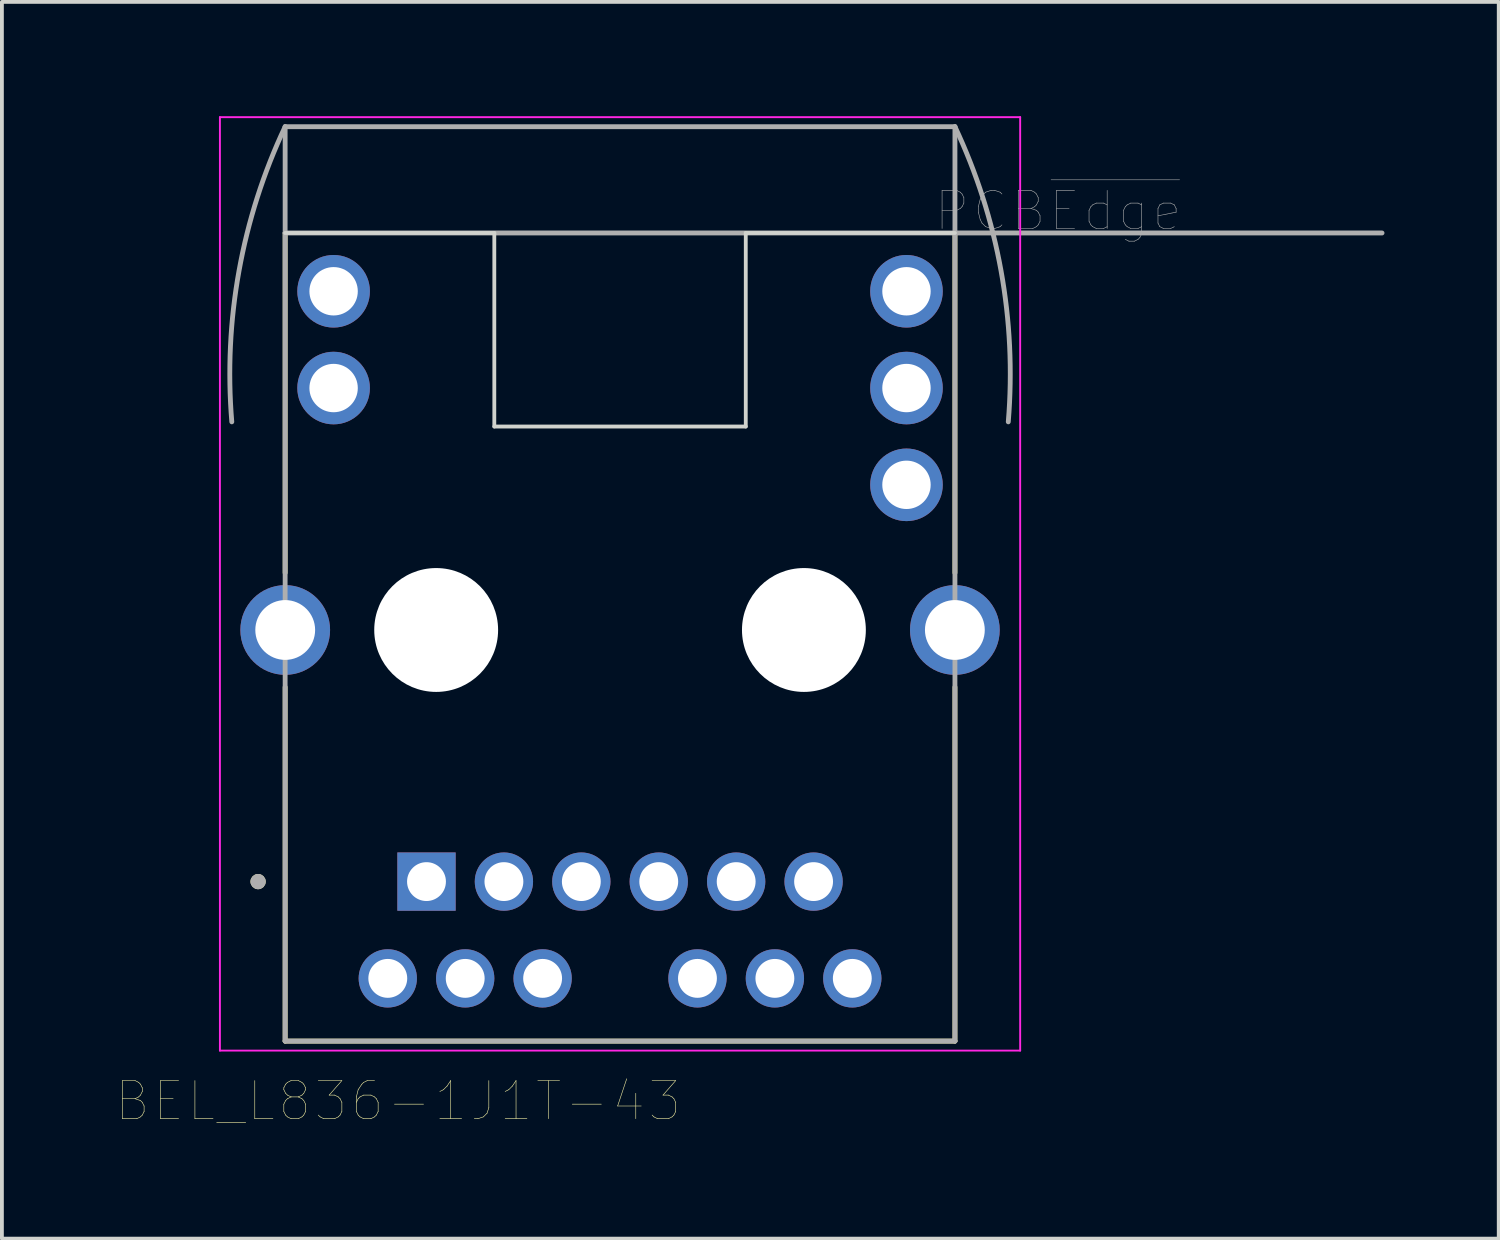
<source format=kicad_pcb>
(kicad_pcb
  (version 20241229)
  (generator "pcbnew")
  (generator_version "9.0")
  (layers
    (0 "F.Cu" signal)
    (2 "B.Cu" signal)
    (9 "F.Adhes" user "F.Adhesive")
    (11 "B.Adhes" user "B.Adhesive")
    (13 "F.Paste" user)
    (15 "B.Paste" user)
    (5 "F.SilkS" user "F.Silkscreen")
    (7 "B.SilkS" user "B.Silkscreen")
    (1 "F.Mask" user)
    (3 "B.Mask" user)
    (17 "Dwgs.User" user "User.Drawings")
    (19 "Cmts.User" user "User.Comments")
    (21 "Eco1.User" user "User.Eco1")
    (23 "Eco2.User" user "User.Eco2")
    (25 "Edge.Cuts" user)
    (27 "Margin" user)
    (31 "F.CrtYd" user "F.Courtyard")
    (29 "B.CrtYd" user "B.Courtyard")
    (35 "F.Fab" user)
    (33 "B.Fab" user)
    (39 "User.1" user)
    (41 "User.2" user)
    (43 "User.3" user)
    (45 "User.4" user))
  (footprint "BEL_L836-1J1T-43"
    (layer "F.Cu")
    (at 13.224 13.485)
    (property "Reference" "BEL_L836-1J1T-43" (at -5.825 12.365 0) (layer "F.SilkS") (effects (font (size 1 1) (thickness 0.015))))
    (attr through_hole)
    (fp_line (start -8.79 -1.5) (end -8.79 -10.42) (stroke (width 0.127) (type solid)) (layer "F.SilkS"))
    (fp_line (start -8.79 10.79) (end -8.79 1.5) (stroke (width 0.127) (type solid)) (layer "F.SilkS"))
    (fp_line (start -8.79 10.79) (end 8.79 10.79) (stroke (width 0.127) (type solid)) (layer "F.SilkS"))
    (fp_line (start 8.79 -1.5) (end 8.79 -10.42) (stroke (width 0.127) (type solid)) (layer "F.SilkS"))
    (fp_line (start 8.79 10.79) (end 8.79 1.5) (stroke (width 0.127) (type solid)) (layer "F.SilkS"))
    (fp_circle (center -9.5 6.604) (end -9.4 6.604) (stroke (width 0.2) (type solid)) (fill no) (layer "F.SilkS"))
    (fp_line (start -8.79 -10.42) (end -3.3 -10.42) (stroke (width 0.1) (type solid)) (layer "Edge.Cuts"))
    (fp_line (start -3.3 -10.42) (end -3.3 -5.34) (stroke (width 0.1) (type solid)) (layer "Edge.Cuts"))
    (fp_line (start -3.3 -5.34) (end 3.3 -5.34) (stroke (width 0.1) (type solid)) (layer "Edge.Cuts"))
    (fp_line (start 3.3 -10.42) (end 8.79 -10.42) (stroke (width 0.1) (type solid)) (layer "Edge.Cuts"))
    (fp_line (start 3.3 -5.34) (end 3.3 -10.42) (stroke (width 0.1) (type solid)) (layer "Edge.Cuts"))
    (fp_line (start -10.502 -13.46) (end 10.502 -13.46) (stroke (width 0.05) (type solid)) (layer "F.CrtYd"))
    (fp_line (start -10.502 11.04) (end -10.502 -13.46) (stroke (width 0.05) (type solid)) (layer "F.CrtYd"))
    (fp_line (start 10.502 -13.46) (end 10.502 11.04) (stroke (width 0.05) (type solid)) (layer "F.CrtYd"))
    (fp_line (start 10.502 11.04) (end -10.502 11.04) (stroke (width 0.05) (type solid)) (layer "F.CrtYd"))
    (fp_line (start -8.79 -13.21) (end -8.79 -10.42) (stroke (width 0.127) (type solid)) (layer "F.Fab"))
    (fp_line (start -8.79 -10.42) (end -8.79 10.79) (stroke (width 0.127) (type solid)) (layer "F.Fab"))
    (fp_line (start -8.79 -10.42) (end 20 -10.42) (stroke (width 0.127) (type solid)) (layer "F.Fab"))
    (fp_line (start -8.79 10.79) (end 8.79 10.79) (stroke (width 0.127) (type solid)) (layer "F.Fab"))
    (fp_line (start 8.79 -13.21) (end -8.79 -13.21) (stroke (width 0.127) (type solid)) (layer "F.Fab"))
    (fp_line (start 8.79 10.79) (end 8.79 -13.21) (stroke (width 0.127) (type solid)) (layer "F.Fab"))
    (fp_arc (start -10.19 -5.463) (mid -9.999956 -9.428657) (end -8.79 -13.21) (stroke (width 0.127) (type solid)) (layer "F.Fab"))
    (fp_arc (start 8.79 -13.21) (mid 9.999956 -9.428657) (end 10.19 -5.463) (stroke (width 0.127) (type solid)) (layer "F.Fab"))
    (fp_circle (center -9.5 6.604) (end -9.4 6.604) (stroke (width 0.2) (type solid)) (fill no) (layer "F.Fab"))
    (fp_text user "PCB~{Edge}" (at 11.5 -11 0) (layer "F.Fab") (effects (font (size 1 1) (thickness 0.015))))
    (pad "" np_thru_hole circle (at -4.826 0) (size 3.251 3.251) (drill 3.251) (layers "*.Cu" "*.Mask"))
    (pad "" np_thru_hole circle (at 4.826 0) (size 3.251 3.251) (drill 3.251) (layers "*.Cu" "*.Mask"))
    (pad "1" thru_hole rect (at -5.08 6.604) (size 1.53 1.53) (drill 1.02) (layers "*.Cu" "*.Mask"))
    (pad "2" thru_hole circle (at -3.048 6.604) (size 1.53 1.53) (drill 1.02) (layers "*.Cu" "*.Mask"))
    (pad "3" thru_hole circle (at -1.016 6.604) (size 1.53 1.53) (drill 1.02) (layers "*.Cu" "*.Mask"))
    (pad "4" thru_hole circle (at 1.016 6.604) (size 1.53 1.53) (drill 1.02) (layers "*.Cu" "*.Mask"))
    (pad "5" thru_hole circle (at 3.048 6.604) (size 1.53 1.53) (drill 1.02) (layers "*.Cu" "*.Mask"))
    (pad "6" thru_hole circle (at 5.08 6.604) (size 1.53 1.53) (drill 1.02) (layers "*.Cu" "*.Mask"))
    (pad "7" thru_hole circle (at -6.096 9.144) (size 1.53 1.53) (drill 1.02) (layers "*.Cu" "*.Mask"))
    (pad "8" thru_hole circle (at -4.064 9.144) (size 1.53 1.53) (drill 1.02) (layers "*.Cu" "*.Mask"))
    (pad "9" thru_hole circle (at -2.032 9.144) (size 1.53 1.53) (drill 1.02) (layers "*.Cu" "*.Mask"))
    (pad "10" thru_hole circle (at 2.032 9.144) (size 1.53 1.53) (drill 1.02) (layers "*.Cu" "*.Mask"))
    (pad "11" thru_hole circle (at 4.064 9.144) (size 1.53 1.53) (drill 1.02) (layers "*.Cu" "*.Mask"))
    (pad "12" thru_hole circle (at 6.096 9.144) (size 1.53 1.53) (drill 1.02) (layers "*.Cu" "*.Mask"))
    (pad "13" thru_hole circle (at -7.518 -6.35) (size 1.905 1.905) (drill 1.27) (layers "*.Cu" "*.Mask"))
    (pad "14" thru_hole circle (at -7.518 -8.89) (size 1.905 1.905) (drill 1.27) (layers "*.Cu" "*.Mask"))
    (pad "15" thru_hole circle (at 7.518 -3.81) (size 1.905 1.905) (drill 1.27) (layers "*.Cu" "*.Mask"))
    (pad "16" thru_hole circle (at 7.518 -6.35) (size 1.905 1.905) (drill 1.27) (layers "*.Cu" "*.Mask"))
    (pad "17" thru_hole circle (at 7.518 -8.89) (size 1.905 1.905) (drill 1.27) (layers "*.Cu" "*.Mask"))
    (pad "S1" thru_hole circle (at -8.788 0) (size 2.355 2.355) (drill 1.57) (layers "*.Cu" "*.Mask"))
    (pad "S2" thru_hole circle (at 8.788 0) (size 2.355 2.355) (drill 1.57) (layers "*.Cu" "*.Mask")))
  (gr_rect
    (start -3 -3)
    (end 36.287 29.461)
    (stroke (width 0.1) (type default))
    (fill no)
    (layer "Edge.Cuts")))
</source>
